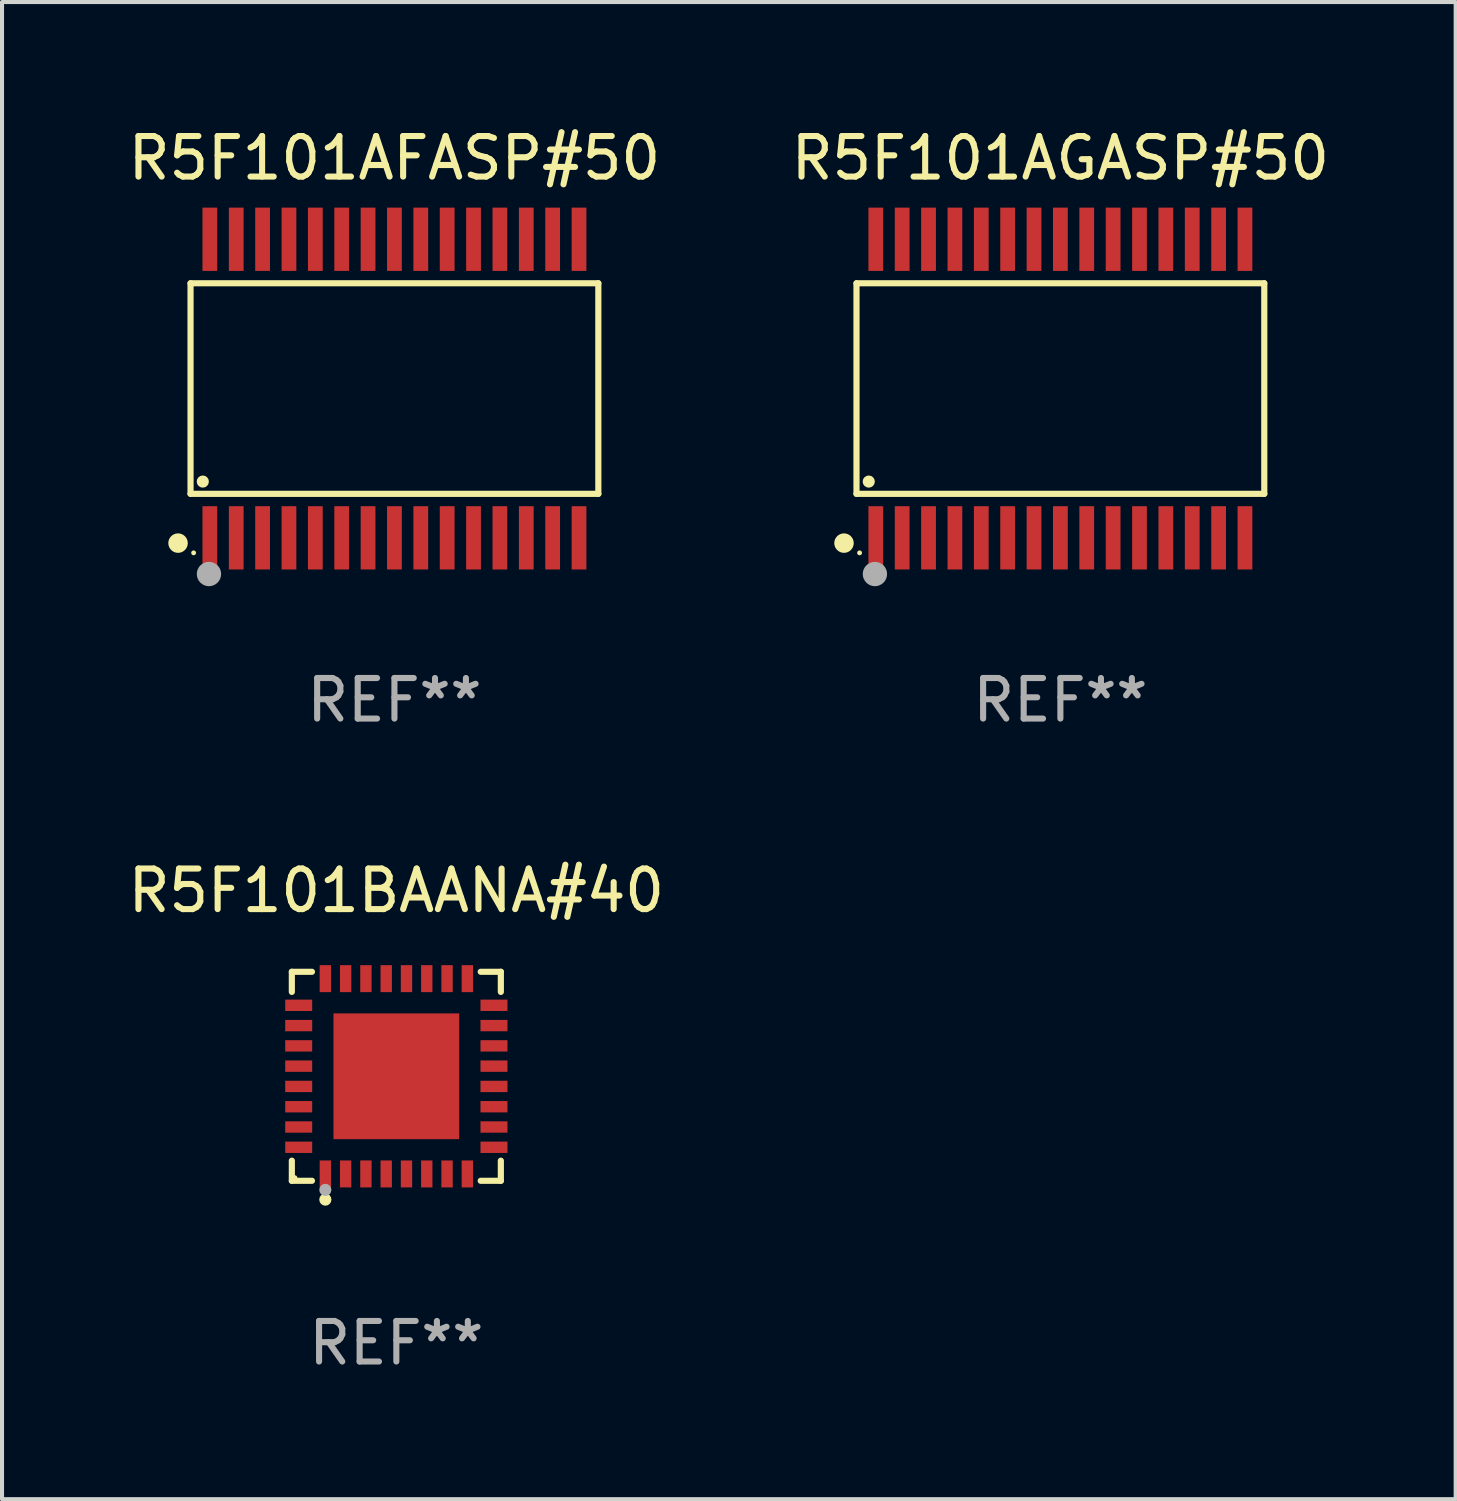
<source format=kicad_pcb>
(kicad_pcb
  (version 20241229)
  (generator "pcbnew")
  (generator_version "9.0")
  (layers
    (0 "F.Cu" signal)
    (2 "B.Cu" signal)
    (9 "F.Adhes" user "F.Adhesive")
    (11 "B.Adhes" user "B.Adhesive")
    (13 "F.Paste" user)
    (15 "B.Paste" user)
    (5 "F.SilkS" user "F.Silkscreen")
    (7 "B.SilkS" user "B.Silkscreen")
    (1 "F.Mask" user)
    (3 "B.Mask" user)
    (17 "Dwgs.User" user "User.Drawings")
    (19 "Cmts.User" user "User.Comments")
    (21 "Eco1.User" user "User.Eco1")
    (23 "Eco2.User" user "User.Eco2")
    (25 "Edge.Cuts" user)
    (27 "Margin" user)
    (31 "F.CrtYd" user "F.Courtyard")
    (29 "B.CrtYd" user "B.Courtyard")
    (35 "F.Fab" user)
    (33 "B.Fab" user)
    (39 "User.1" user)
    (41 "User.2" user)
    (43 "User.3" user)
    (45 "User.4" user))
  (footprint "R5F101AFASP#50"
    (layer "F.Cu")
    (at 6.673 6.528)
    (property "Reference" "R5F101AFASP#50" (at 0 -5.68 0) (layer "F.SilkS") (effects (font (size 1 1) (thickness 0.15))))
    (attr through_hole)
    (fp_line (start -5.026 -2.595) (end 5.026 -2.595) (stroke (width 0.152) (type solid)) (layer "F.SilkS"))
    (fp_line (start -5.026 2.595) (end -5.026 -2.595) (stroke (width 0.152) (type solid)) (layer "F.SilkS"))
    (fp_line (start 5.026 -2.595) (end 5.026 2.595) (stroke (width 0.152) (type solid)) (layer "F.SilkS"))
    (fp_line (start 5.026 2.595) (end -5.026 2.595) (stroke (width 0.152) (type solid)) (layer "F.SilkS"))
    (fp_circle (center -5.334 3.81) (end -5.214 3.81) (stroke (width 0.24) (type solid)) (fill no) (layer "F.SilkS"))
    (fp_circle (center -4.95 4.05) (end -4.92 4.05) (stroke (width 0.06) (type solid)) (fill no) (layer "F.SilkS"))
    (fp_circle (center -4.724 2.293) (end -4.649 2.293) (stroke (width 0.15) (type solid)) (fill no) (layer "F.SilkS"))
    (fp_circle (center -4.572 4.572) (end -4.422 4.572) (stroke (width 0.3) (type solid)) (fill no) (layer "F.Fab"))
    (fp_text user "REF**" (at 0 7.68 0) (layer "F.Fab") (effects (font (size 1 1) (thickness 0.15))))
    (pad "1" smd rect (at -4.55 3.68) (size 0.364 1.56) (layers "F.Cu" "F.Mask" "F.Paste"))
    (pad "2" smd rect (at -3.9 3.68) (size 0.364 1.56) (layers "F.Cu" "F.Mask" "F.Paste"))
    (pad "3" smd rect (at -3.25 3.68) (size 0.364 1.56) (layers "F.Cu" "F.Mask" "F.Paste"))
    (pad "4" smd rect (at -2.6 3.68) (size 0.364 1.56) (layers "F.Cu" "F.Mask" "F.Paste"))
    (pad "5" smd rect (at -1.95 3.68) (size 0.364 1.56) (layers "F.Cu" "F.Mask" "F.Paste"))
    (pad "6" smd rect (at -1.3 3.68) (size 0.364 1.56) (layers "F.Cu" "F.Mask" "F.Paste"))
    (pad "7" smd rect (at -0.65 3.68) (size 0.364 1.56) (layers "F.Cu" "F.Mask" "F.Paste"))
    (pad "8" smd rect (at -0.000013 3.68) (size 0.364 1.56) (layers "F.Cu" "F.Mask" "F.Paste"))
    (pad "9" smd rect (at 0.65 3.68) (size 0.364 1.56) (layers "F.Cu" "F.Mask" "F.Paste"))
    (pad "10" smd rect (at 1.3 3.68) (size 0.364 1.56) (layers "F.Cu" "F.Mask" "F.Paste"))
    (pad "11" smd rect (at 1.95 3.68) (size 0.364 1.56) (layers "F.Cu" "F.Mask" "F.Paste"))
    (pad "12" smd rect (at 2.6 3.68) (size 0.364 1.56) (layers "F.Cu" "F.Mask" "F.Paste"))
    (pad "13" smd rect (at 3.25 3.68) (size 0.364 1.56) (layers "F.Cu" "F.Mask" "F.Paste"))
    (pad "14" smd rect (at 3.9 3.68) (size 0.364 1.56) (layers "F.Cu" "F.Mask" "F.Paste"))
    (pad "15" smd rect (at 4.55 3.68) (size 0.364 1.56) (layers "F.Cu" "F.Mask" "F.Paste"))
    (pad "16" smd rect (at 4.55 -3.68) (size 0.364 1.56) (layers "F.Cu" "F.Mask" "F.Paste"))
    (pad "17" smd rect (at 3.9 -3.68) (size 0.364 1.56) (layers "F.Cu" "F.Mask" "F.Paste"))
    (pad "18" smd rect (at 3.25 -3.68) (size 0.364 1.56) (layers "F.Cu" "F.Mask" "F.Paste"))
    (pad "19" smd rect (at 2.6 -3.68) (size 0.364 1.56) (layers "F.Cu" "F.Mask" "F.Paste"))
    (pad "20" smd rect (at 1.95 -3.68) (size 0.364 1.56) (layers "F.Cu" "F.Mask" "F.Paste"))
    (pad "21" smd rect (at 1.3 -3.68) (size 0.364 1.56) (layers "F.Cu" "F.Mask" "F.Paste"))
    (pad "22" smd rect (at 0.65 -3.68) (size 0.364 1.56) (layers "F.Cu" "F.Mask" "F.Paste"))
    (pad "23" smd rect (at -0.000013 -3.68) (size 0.364 1.56) (layers "F.Cu" "F.Mask" "F.Paste"))
    (pad "24" smd rect (at -0.65 -3.68) (size 0.364 1.56) (layers "F.Cu" "F.Mask" "F.Paste"))
    (pad "25" smd rect (at -1.3 -3.68) (size 0.364 1.56) (layers "F.Cu" "F.Mask" "F.Paste"))
    (pad "26" smd rect (at -1.95 -3.68) (size 0.364 1.56) (layers "F.Cu" "F.Mask" "F.Paste"))
    (pad "27" smd rect (at -2.6 -3.68) (size 0.364 1.56) (layers "F.Cu" "F.Mask" "F.Paste"))
    (pad "28" smd rect (at -3.25 -3.68) (size 0.364 1.56) (layers "F.Cu" "F.Mask" "F.Paste"))
    (pad "29" smd rect (at -3.9 -3.68) (size 0.364 1.56) (layers "F.Cu" "F.Mask" "F.Paste"))
    (pad "30" smd rect (at -4.55 -3.68) (size 0.364 1.56) (layers "F.Cu" "F.Mask" "F.Paste")))
  (footprint "R5F101AGASP#50"
    (layer "F.Cu")
    (at 23.089 6.528)
    (property "Reference" "R5F101AGASP#50" (at 0 -5.68 0) (layer "F.SilkS") (effects (font (size 1 1) (thickness 0.15))))
    (attr through_hole)
    (fp_line (start -5.026 -2.595) (end 5.026 -2.595) (stroke (width 0.152) (type solid)) (layer "F.SilkS"))
    (fp_line (start -5.026 2.595) (end -5.026 -2.595) (stroke (width 0.152) (type solid)) (layer "F.SilkS"))
    (fp_line (start 5.026 -2.595) (end 5.026 2.595) (stroke (width 0.152) (type solid)) (layer "F.SilkS"))
    (fp_line (start 5.026 2.595) (end -5.026 2.595) (stroke (width 0.152) (type solid)) (layer "F.SilkS"))
    (fp_circle (center -5.334 3.81) (end -5.214 3.81) (stroke (width 0.24) (type solid)) (fill no) (layer "F.SilkS"))
    (fp_circle (center -4.95 4.05) (end -4.92 4.05) (stroke (width 0.06) (type solid)) (fill no) (layer "F.SilkS"))
    (fp_circle (center -4.724 2.293) (end -4.649 2.293) (stroke (width 0.15) (type solid)) (fill no) (layer "F.SilkS"))
    (fp_circle (center -4.572 4.572) (end -4.422 4.572) (stroke (width 0.3) (type solid)) (fill no) (layer "F.Fab"))
    (fp_text user "REF**" (at 0 7.68 0) (layer "F.Fab") (effects (font (size 1 1) (thickness 0.15))))
    (pad "1" smd rect (at -4.55 3.68) (size 0.364 1.56) (layers "F.Cu" "F.Mask" "F.Paste"))
    (pad "2" smd rect (at -3.9 3.68) (size 0.364 1.56) (layers "F.Cu" "F.Mask" "F.Paste"))
    (pad "3" smd rect (at -3.25 3.68) (size 0.364 1.56) (layers "F.Cu" "F.Mask" "F.Paste"))
    (pad "4" smd rect (at -2.6 3.68) (size 0.364 1.56) (layers "F.Cu" "F.Mask" "F.Paste"))
    (pad "5" smd rect (at -1.95 3.68) (size 0.364 1.56) (layers "F.Cu" "F.Mask" "F.Paste"))
    (pad "6" smd rect (at -1.3 3.68) (size 0.364 1.56) (layers "F.Cu" "F.Mask" "F.Paste"))
    (pad "7" smd rect (at -0.65 3.68) (size 0.364 1.56) (layers "F.Cu" "F.Mask" "F.Paste"))
    (pad "8" smd rect (at -0.000013 3.68) (size 0.364 1.56) (layers "F.Cu" "F.Mask" "F.Paste"))
    (pad "9" smd rect (at 0.65 3.68) (size 0.364 1.56) (layers "F.Cu" "F.Mask" "F.Paste"))
    (pad "10" smd rect (at 1.3 3.68) (size 0.364 1.56) (layers "F.Cu" "F.Mask" "F.Paste"))
    (pad "11" smd rect (at 1.95 3.68) (size 0.364 1.56) (layers "F.Cu" "F.Mask" "F.Paste"))
    (pad "12" smd rect (at 2.6 3.68) (size 0.364 1.56) (layers "F.Cu" "F.Mask" "F.Paste"))
    (pad "13" smd rect (at 3.25 3.68) (size 0.364 1.56) (layers "F.Cu" "F.Mask" "F.Paste"))
    (pad "14" smd rect (at 3.9 3.68) (size 0.364 1.56) (layers "F.Cu" "F.Mask" "F.Paste"))
    (pad "15" smd rect (at 4.55 3.68) (size 0.364 1.56) (layers "F.Cu" "F.Mask" "F.Paste"))
    (pad "16" smd rect (at 4.55 -3.68) (size 0.364 1.56) (layers "F.Cu" "F.Mask" "F.Paste"))
    (pad "17" smd rect (at 3.9 -3.68) (size 0.364 1.56) (layers "F.Cu" "F.Mask" "F.Paste"))
    (pad "18" smd rect (at 3.25 -3.68) (size 0.364 1.56) (layers "F.Cu" "F.Mask" "F.Paste"))
    (pad "19" smd rect (at 2.6 -3.68) (size 0.364 1.56) (layers "F.Cu" "F.Mask" "F.Paste"))
    (pad "20" smd rect (at 1.95 -3.68) (size 0.364 1.56) (layers "F.Cu" "F.Mask" "F.Paste"))
    (pad "21" smd rect (at 1.3 -3.68) (size 0.364 1.56) (layers "F.Cu" "F.Mask" "F.Paste"))
    (pad "22" smd rect (at 0.65 -3.68) (size 0.364 1.56) (layers "F.Cu" "F.Mask" "F.Paste"))
    (pad "23" smd rect (at -0.000013 -3.68) (size 0.364 1.56) (layers "F.Cu" "F.Mask" "F.Paste"))
    (pad "24" smd rect (at -0.65 -3.68) (size 0.364 1.56) (layers "F.Cu" "F.Mask" "F.Paste"))
    (pad "25" smd rect (at -1.3 -3.68) (size 0.364 1.56) (layers "F.Cu" "F.Mask" "F.Paste"))
    (pad "26" smd rect (at -1.95 -3.68) (size 0.364 1.56) (layers "F.Cu" "F.Mask" "F.Paste"))
    (pad "27" smd rect (at -2.6 -3.68) (size 0.364 1.56) (layers "F.Cu" "F.Mask" "F.Paste"))
    (pad "28" smd rect (at -3.25 -3.68) (size 0.364 1.56) (layers "F.Cu" "F.Mask" "F.Paste"))
    (pad "29" smd rect (at -3.9 -3.68) (size 0.364 1.56) (layers "F.Cu" "F.Mask" "F.Paste"))
    (pad "30" smd rect (at -4.55 -3.68) (size 0.364 1.56) (layers "F.Cu" "F.Mask" "F.Paste")))
  (footprint "R5F101BAANA#40"
    (layer "F.Cu")
    (at 6.72 23.481)
    (property "Reference" "R5F101BAANA#40" (at 0 -4.576 0) (layer "F.SilkS") (effects (font (size 1 1) (thickness 0.15))))
    (attr through_hole)
    (fp_line (start -2.576 -2.576) (end -2.08 -2.576) (stroke (width 0.152) (type solid)) (layer "F.SilkS"))
    (fp_line (start -2.576 -2.08) (end -2.576 -2.576) (stroke (width 0.152) (type solid)) (layer "F.SilkS"))
    (fp_line (start -2.576 2.08) (end -2.576 2.576) (stroke (width 0.152) (type solid)) (layer "F.SilkS"))
    (fp_line (start -2.576 2.576) (end -2.08 2.576) (stroke (width 0.152) (type solid)) (layer "F.SilkS"))
    (fp_line (start 2.576 -2.576) (end 2.08 -2.576) (stroke (width 0.152) (type solid)) (layer "F.SilkS"))
    (fp_line (start 2.576 -2.08) (end 2.576 -2.576) (stroke (width 0.152) (type solid)) (layer "F.SilkS"))
    (fp_line (start 2.576 2.08) (end 2.576 2.576) (stroke (width 0.152) (type solid)) (layer "F.SilkS"))
    (fp_line (start 2.576 2.576) (end 2.08 2.576) (stroke (width 0.152) (type solid)) (layer "F.SilkS"))
    (fp_circle (center -2.5 2.5) (end -2.47 2.5) (stroke (width 0.06) (type solid)) (fill no) (layer "F.SilkS"))
    (fp_circle (center -1.75 3.04) (end -1.675 3.04) (stroke (width 0.15) (type solid)) (fill no) (layer "F.SilkS"))
    (fp_circle (center -1.75 2.8) (end -1.675 2.8) (stroke (width 0.15) (type solid)) (fill no) (layer "F.Fab"))
    (fp_text user "REF**" (at 0 6.576 0) (layer "F.Fab") (effects (font (size 1 1) (thickness 0.15))))
    (pad "1" smd rect (at -1.75 2.407) (size 0.28 0.665) (layers "F.Cu" "F.Mask" "F.Paste"))
    (pad "2" smd rect (at -1.25 2.407) (size 0.28 0.665) (layers "F.Cu" "F.Mask" "F.Paste"))
    (pad "3" smd rect (at -0.75 2.407) (size 0.28 0.665) (layers "F.Cu" "F.Mask" "F.Paste"))
    (pad "4" smd rect (at -0.25 2.407) (size 0.28 0.665) (layers "F.Cu" "F.Mask" "F.Paste"))
    (pad "5" smd rect (at 0.25 2.407) (size 0.28 0.665) (layers "F.Cu" "F.Mask" "F.Paste"))
    (pad "6" smd rect (at 0.75 2.407) (size 0.28 0.665) (layers "F.Cu" "F.Mask" "F.Paste"))
    (pad "7" smd rect (at 1.25 2.407) (size 0.28 0.665) (layers "F.Cu" "F.Mask" "F.Paste"))
    (pad "8" smd rect (at 1.75 2.407) (size 0.28 0.665) (layers "F.Cu" "F.Mask" "F.Paste"))
    (pad "9" smd rect (at 2.407 1.75) (size 0.665 0.28) (layers "F.Cu" "F.Mask" "F.Paste"))
    (pad "10" smd rect (at 2.407 1.25) (size 0.665 0.28) (layers "F.Cu" "F.Mask" "F.Paste"))
    (pad "11" smd rect (at 2.407 0.75) (size 0.665 0.28) (layers "F.Cu" "F.Mask" "F.Paste"))
    (pad "12" smd rect (at 2.407 0.25) (size 0.665 0.28) (layers "F.Cu" "F.Mask" "F.Paste"))
    (pad "13" smd rect (at 2.407 -0.25) (size 0.665 0.28) (layers "F.Cu" "F.Mask" "F.Paste"))
    (pad "14" smd rect (at 2.407 -0.75) (size 0.665 0.28) (layers "F.Cu" "F.Mask" "F.Paste"))
    (pad "15" smd rect (at 2.407 -1.25) (size 0.665 0.28) (layers "F.Cu" "F.Mask" "F.Paste"))
    (pad "16" smd rect (at 2.407 -1.75) (size 0.665 0.28) (layers "F.Cu" "F.Mask" "F.Paste"))
    (pad "17" smd rect (at 1.75 -2.407) (size 0.28 0.665) (layers "F.Cu" "F.Mask" "F.Paste"))
    (pad "18" smd rect (at 1.25 -2.407) (size 0.28 0.665) (layers "F.Cu" "F.Mask" "F.Paste"))
    (pad "19" smd rect (at 0.75 -2.407) (size 0.28 0.665) (layers "F.Cu" "F.Mask" "F.Paste"))
    (pad "20" smd rect (at 0.25 -2.407) (size 0.28 0.665) (layers "F.Cu" "F.Mask" "F.Paste"))
    (pad "21" smd rect (at -0.25 -2.407) (size 0.28 0.665) (layers "F.Cu" "F.Mask" "F.Paste"))
    (pad "22" smd rect (at -0.75 -2.407) (size 0.28 0.665) (layers "F.Cu" "F.Mask" "F.Paste"))
    (pad "23" smd rect (at -1.25 -2.407) (size 0.28 0.665) (layers "F.Cu" "F.Mask" "F.Paste"))
    (pad "24" smd rect (at -1.75 -2.407) (size 0.28 0.665) (layers "F.Cu" "F.Mask" "F.Paste"))
    (pad "25" smd rect (at -2.407 -1.75) (size 0.665 0.28) (layers "F.Cu" "F.Mask" "F.Paste"))
    (pad "26" smd rect (at -2.407 -1.25) (size 0.665 0.28) (layers "F.Cu" "F.Mask" "F.Paste"))
    (pad "27" smd rect (at -2.407 -0.75) (size 0.665 0.28) (layers "F.Cu" "F.Mask" "F.Paste"))
    (pad "28" smd rect (at -2.407 -0.25) (size 0.665 0.28) (layers "F.Cu" "F.Mask" "F.Paste"))
    (pad "29" smd rect (at -2.407 0.25) (size 0.665 0.28) (layers "F.Cu" "F.Mask" "F.Paste"))
    (pad "30" smd rect (at -2.407 0.75) (size 0.665 0.28) (layers "F.Cu" "F.Mask" "F.Paste"))
    (pad "31" smd rect (at -2.407 1.25) (size 0.665 0.28) (layers "F.Cu" "F.Mask" "F.Paste"))
    (pad "32" smd rect (at -2.407 1.75) (size 0.665 0.28) (layers "F.Cu" "F.Mask" "F.Paste"))
    (pad "33" smd rect (at 0 0) (size 3.1 3.1) (layers "F.Cu" "F.Mask" "F.Paste")))
  (gr_rect
    (start -3 -3)
    (end 32.833 33.905)
    (stroke (width 0.1) (type default))
    (fill no)
    (layer "Edge.Cuts")))
</source>
